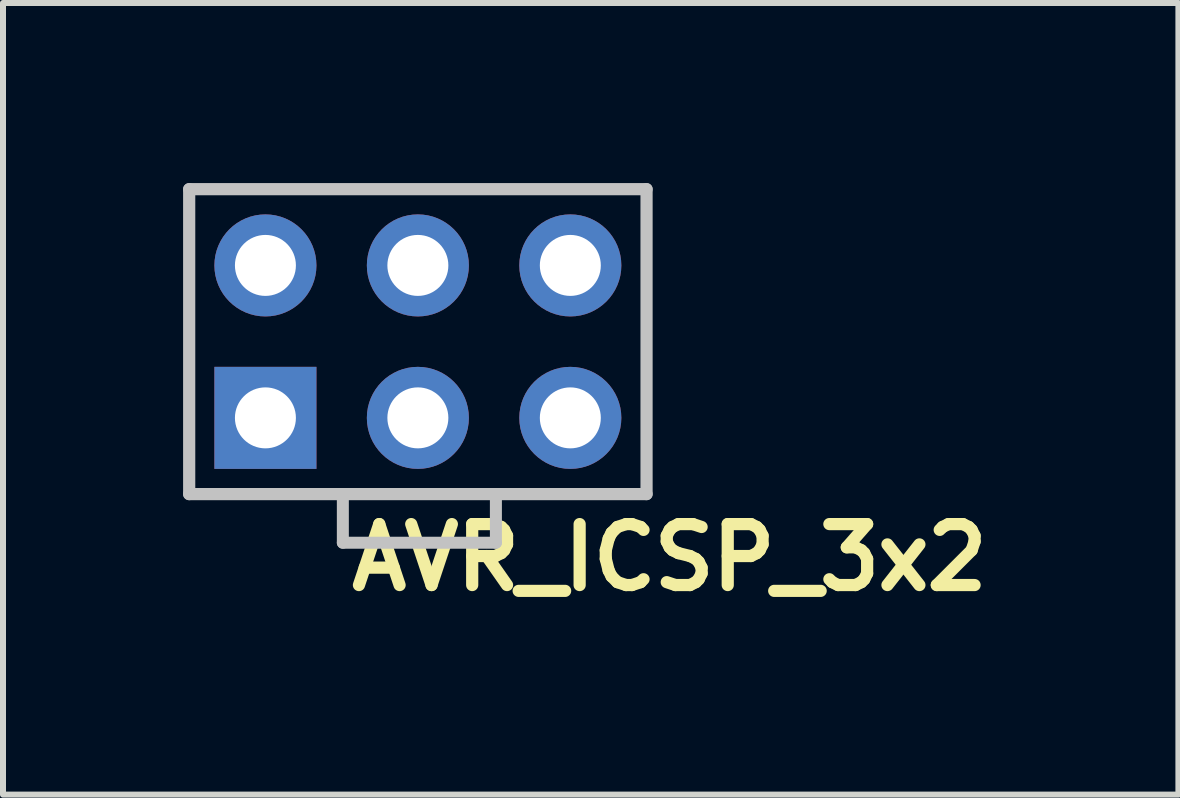
<source format=kicad_pcb>
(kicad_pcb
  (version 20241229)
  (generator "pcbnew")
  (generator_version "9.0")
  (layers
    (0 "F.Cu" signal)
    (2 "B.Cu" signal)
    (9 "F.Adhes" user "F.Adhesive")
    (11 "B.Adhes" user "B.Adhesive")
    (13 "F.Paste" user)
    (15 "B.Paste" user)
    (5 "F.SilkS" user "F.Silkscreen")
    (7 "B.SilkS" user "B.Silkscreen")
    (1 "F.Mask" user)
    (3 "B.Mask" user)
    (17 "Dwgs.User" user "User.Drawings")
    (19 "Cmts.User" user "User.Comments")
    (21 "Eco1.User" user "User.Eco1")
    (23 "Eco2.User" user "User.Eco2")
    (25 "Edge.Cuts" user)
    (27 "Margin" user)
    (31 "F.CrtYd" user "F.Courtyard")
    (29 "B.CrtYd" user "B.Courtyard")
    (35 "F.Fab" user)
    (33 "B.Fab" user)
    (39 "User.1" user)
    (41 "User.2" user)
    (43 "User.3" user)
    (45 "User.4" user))
  (footprint "AVR_ICSP_3x2"
    (layer "F.Cu")
    (at 3.912 2.642)
    (property "Reference" "AVR_ICSP_3x2" (at 4.195 3.596 180) (layer "F.SilkS") (effects (font (size 1.016 1.016) (thickness 0.203))))
    (attr through_hole)
    (fp_line (start -3.81 -2.54) (end 3.81 -2.54) (stroke (width 0.203) (type solid)) (layer "Dwgs.User"))
    (fp_line (start -3.81 2.54) (end -3.81 -2.54) (stroke (width 0.203) (type solid)) (layer "Dwgs.User"))
    (fp_line (start -1.25 2.55) (end -1.25 3.35) (stroke (width 0.2) (type solid)) (layer "Dwgs.User"))
    (fp_line (start -1.25 3.35) (end 1.3 3.35) (stroke (width 0.2) (type solid)) (layer "Dwgs.User"))
    (fp_line (start 1.3 3.35) (end 1.3 2.55) (stroke (width 0.2) (type solid)) (layer "Dwgs.User"))
    (fp_line (start 3.81 -2.54) (end 3.81 2.54) (stroke (width 0.203) (type solid)) (layer "Dwgs.User"))
    (fp_line (start 3.81 2.54) (end -3.81 2.54) (stroke (width 0.203) (type solid)) (layer "Dwgs.User"))
    (pad "1" thru_hole rect (at -2.54 1.27) (size 1.7 1.7) (drill 1.016) (layers "*.Cu" "*.Mask"))
    (pad "2" thru_hole circle (at -2.54 -1.27) (size 1.7 1.7) (drill 1.016) (layers "*.Cu" "*.Mask"))
    (pad "3" thru_hole circle (at 0 1.27) (size 1.7 1.7) (drill 1.016) (layers "*.Cu" "*.Mask"))
    (pad "4" thru_hole circle (at 0 -1.27) (size 1.7 1.7) (drill 1.016) (layers "*.Cu" "*.Mask"))
    (pad "5" thru_hole circle (at 2.54 1.27) (size 1.7 1.7) (drill 1.016) (layers "*.Cu" "*.Mask"))
    (pad "6" thru_hole circle (at 2.54 -1.27) (size 1.7 1.7) (drill 1.016) (layers "*.Cu" "*.Mask")))
  (gr_rect
    (start -3 -3)
    (end 16.583 10.189)
    (stroke (width 0.1) (type default))
    (fill no)
    (layer "Edge.Cuts")))
</source>
